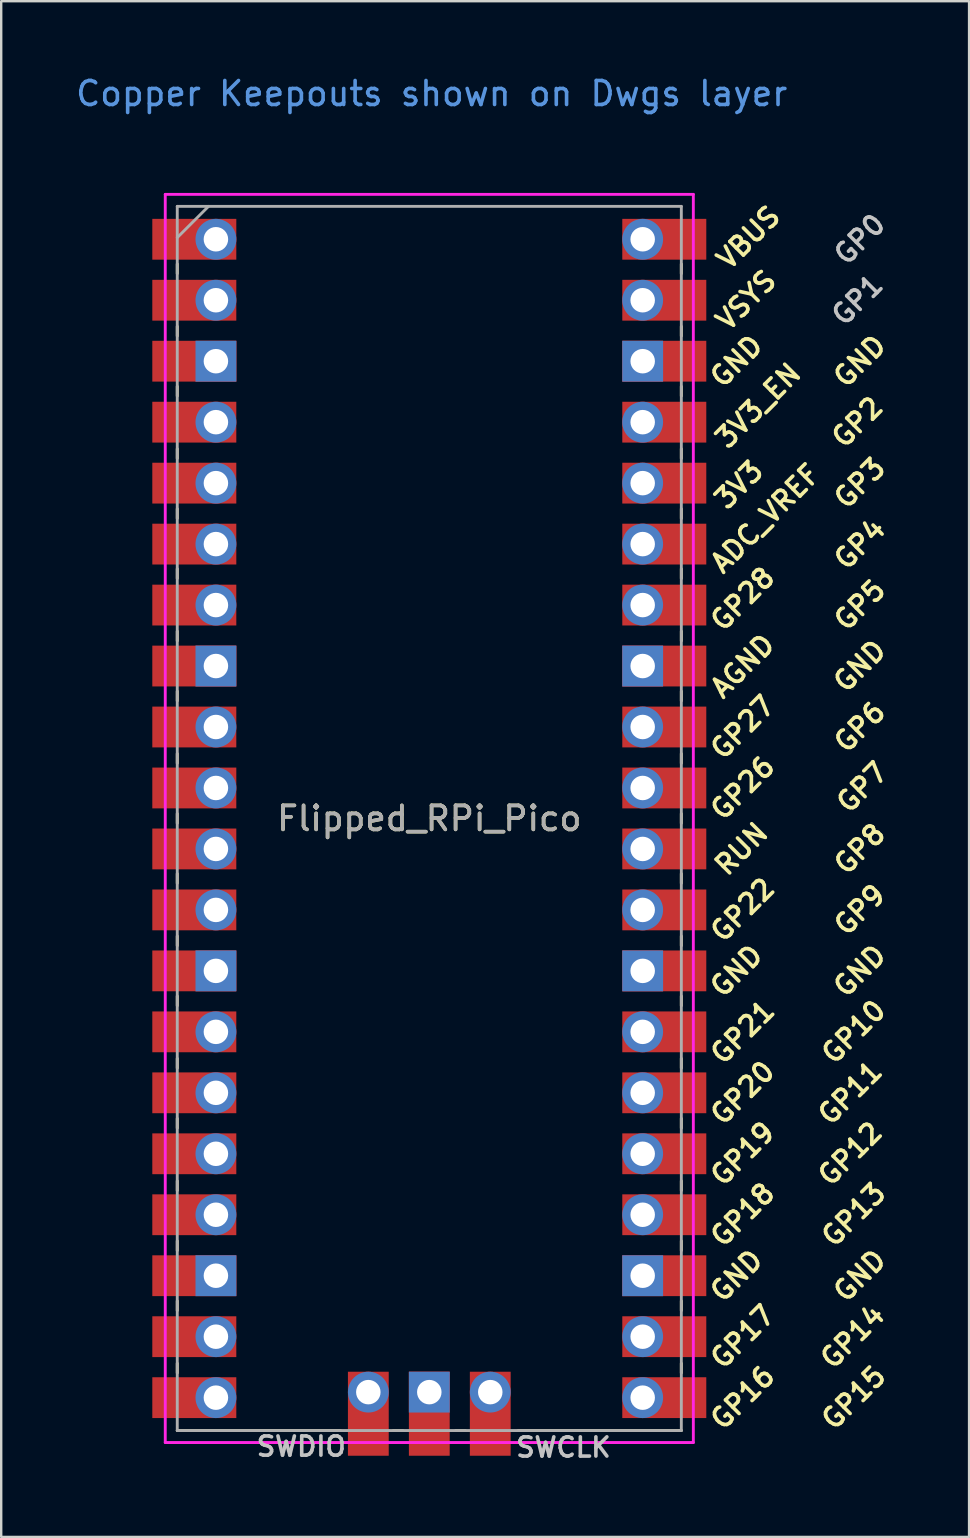
<source format=kicad_pcb>
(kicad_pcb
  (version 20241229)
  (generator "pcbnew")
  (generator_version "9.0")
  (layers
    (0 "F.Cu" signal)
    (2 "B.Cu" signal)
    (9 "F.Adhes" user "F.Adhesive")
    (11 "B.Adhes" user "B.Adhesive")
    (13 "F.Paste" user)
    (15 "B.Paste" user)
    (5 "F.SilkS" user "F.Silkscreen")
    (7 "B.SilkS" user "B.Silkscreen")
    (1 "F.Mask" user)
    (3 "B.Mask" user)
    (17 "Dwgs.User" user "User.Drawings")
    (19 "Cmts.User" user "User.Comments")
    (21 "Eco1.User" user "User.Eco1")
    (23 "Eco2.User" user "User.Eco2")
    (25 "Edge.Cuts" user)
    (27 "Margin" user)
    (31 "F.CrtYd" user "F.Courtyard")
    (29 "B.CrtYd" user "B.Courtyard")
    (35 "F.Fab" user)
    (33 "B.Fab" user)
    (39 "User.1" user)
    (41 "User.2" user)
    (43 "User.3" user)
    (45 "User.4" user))
  (footprint "Flipped_RPi_Pico"
    (layer "F.Cu")
    (at 14.835 31.048)
    (property "Reference" "Flipped_RPi_Pico" (at 0 0 0) (layer "F.SilkS") (effects (font (size 1 1) (thickness 0.15))))
    (attr through_hole)
    (fp_line (start -10.5 -23.1) (end -10.5 -22.7) (stroke (width 0.12) (type solid)) (layer "F.SilkS"))
    (fp_line (start -10.5 -20.5) (end -10.5 -20.1) (stroke (width 0.12) (type solid)) (layer "F.SilkS"))
    (fp_line (start -10.5 -18) (end -10.5 -17.6) (stroke (width 0.12) (type solid)) (layer "F.SilkS"))
    (fp_line (start -10.5 -15.4) (end -10.5 -15) (stroke (width 0.12) (type solid)) (layer "F.SilkS"))
    (fp_line (start -10.5 -12.9) (end -10.5 -12.5) (stroke (width 0.12) (type solid)) (layer "F.SilkS"))
    (fp_line (start -10.5 -10.4) (end -10.5 -10) (stroke (width 0.12) (type solid)) (layer "F.SilkS"))
    (fp_line (start -10.5 -7.8) (end -10.5 -7.4) (stroke (width 0.12) (type solid)) (layer "F.SilkS"))
    (fp_line (start -10.5 -5.3) (end -10.5 -4.9) (stroke (width 0.12) (type solid)) (layer "F.SilkS"))
    (fp_line (start -10.5 -2.7) (end -10.5 -2.3) (stroke (width 0.12) (type solid)) (layer "F.SilkS"))
    (fp_line (start -10.5 -0.2) (end -10.5 0.2) (stroke (width 0.12) (type solid)) (layer "F.SilkS"))
    (fp_line (start -10.5 2.3) (end -10.5 2.7) (stroke (width 0.12) (type solid)) (layer "F.SilkS"))
    (fp_line (start -10.5 4.9) (end -10.5 5.3) (stroke (width 0.12) (type solid)) (layer "F.SilkS"))
    (fp_line (start -10.5 7.4) (end -10.5 7.8) (stroke (width 0.12) (type solid)) (layer "F.SilkS"))
    (fp_line (start -10.5 10) (end -10.5 10.4) (stroke (width 0.12) (type solid)) (layer "F.SilkS"))
    (fp_line (start -10.5 12.5) (end -10.5 12.9) (stroke (width 0.12) (type solid)) (layer "F.SilkS"))
    (fp_line (start -10.5 15.1) (end -10.5 15.5) (stroke (width 0.12) (type solid)) (layer "F.SilkS"))
    (fp_line (start -10.5 17.6) (end -10.5 18) (stroke (width 0.12) (type solid)) (layer "F.SilkS"))
    (fp_line (start -10.5 20.1) (end -10.5 20.5) (stroke (width 0.12) (type solid)) (layer "F.SilkS"))
    (fp_line (start -10.5 22.7) (end -10.5 23.1) (stroke (width 0.12) (type solid)) (layer "F.SilkS"))
    (fp_line (start -3.7 25.5) (end -10.5 25.5) (stroke (width 0.12) (type solid)) (layer "F.SilkS"))
    (fp_line (start -1.5 25.5) (end -1.1 25.5) (stroke (width 0.12) (type solid)) (layer "F.SilkS"))
    (fp_line (start 1.1 25.5) (end 1.5 25.5) (stroke (width 0.12) (type solid)) (layer "F.SilkS"))
    (fp_line (start 10.5 -23.1) (end 10.5 -22.7) (stroke (width 0.12) (type solid)) (layer "F.SilkS"))
    (fp_line (start 10.5 -20.5) (end 10.5 -20.1) (stroke (width 0.12) (type solid)) (layer "F.SilkS"))
    (fp_line (start 10.5 -18) (end 10.5 -17.6) (stroke (width 0.12) (type solid)) (layer "F.SilkS"))
    (fp_line (start 10.5 -15.4) (end 10.5 -15) (stroke (width 0.12) (type solid)) (layer "F.SilkS"))
    (fp_line (start 10.5 -12.9) (end 10.5 -12.5) (stroke (width 0.12) (type solid)) (layer "F.SilkS"))
    (fp_line (start 10.5 -10.4) (end 10.5 -10) (stroke (width 0.12) (type solid)) (layer "F.SilkS"))
    (fp_line (start 10.5 -7.8) (end 10.5 -7.4) (stroke (width 0.12) (type solid)) (layer "F.SilkS"))
    (fp_line (start 10.5 -5.3) (end 10.5 -4.9) (stroke (width 0.12) (type solid)) (layer "F.SilkS"))
    (fp_line (start 10.5 -2.7) (end 10.5 -2.3) (stroke (width 0.12) (type solid)) (layer "F.SilkS"))
    (fp_line (start 10.5 -0.2) (end 10.5 0.2) (stroke (width 0.12) (type solid)) (layer "F.SilkS"))
    (fp_line (start 10.5 2.3) (end 10.5 2.7) (stroke (width 0.12) (type solid)) (layer "F.SilkS"))
    (fp_line (start 10.5 4.9) (end 10.5 5.3) (stroke (width 0.12) (type solid)) (layer "F.SilkS"))
    (fp_line (start 10.5 7.4) (end 10.5 7.8) (stroke (width 0.12) (type solid)) (layer "F.SilkS"))
    (fp_line (start 10.5 10) (end 10.5 10.4) (stroke (width 0.12) (type solid)) (layer "F.SilkS"))
    (fp_line (start 10.5 12.5) (end 10.5 12.9) (stroke (width 0.12) (type solid)) (layer "F.SilkS"))
    (fp_line (start 10.5 15.1) (end 10.5 15.5) (stroke (width 0.12) (type solid)) (layer "F.SilkS"))
    (fp_line (start 10.5 17.6) (end 10.5 18) (stroke (width 0.12) (type solid)) (layer "F.SilkS"))
    (fp_line (start 10.5 20.1) (end 10.5 20.5) (stroke (width 0.12) (type solid)) (layer "F.SilkS"))
    (fp_line (start 10.5 22.7) (end 10.5 23.1) (stroke (width 0.12) (type solid)) (layer "F.SilkS"))
    (fp_line (start 10.5 25.5) (end 3.7 25.5) (stroke (width 0.12) (type solid)) (layer "F.SilkS"))
    (fp_line (start -11 -26) (end 11 -26) (stroke (width 0.12) (type solid)) (layer "F.CrtYd"))
    (fp_line (start -11 26) (end -11 -26) (stroke (width 0.12) (type solid)) (layer "F.CrtYd"))
    (fp_line (start 11 -26) (end 11 26) (stroke (width 0.12) (type solid)) (layer "F.CrtYd"))
    (fp_line (start 11 26) (end -11 26) (stroke (width 0.12) (type solid)) (layer "F.CrtYd"))
    (fp_line (start -10.5 -25.5) (end 10.5 -25.5) (stroke (width 0.12) (type solid)) (layer "F.Fab"))
    (fp_line (start -10.5 -24.2) (end -9.2 -25.5) (stroke (width 0.12) (type solid)) (layer "F.Fab"))
    (fp_line (start -10.5 25.5) (end -10.5 -25.5) (stroke (width 0.12) (type solid)) (layer "F.Fab"))
    (fp_line (start 10.5 -25.5) (end 10.5 25.5) (stroke (width 0.12) (type solid)) (layer "F.Fab"))
    (fp_line (start 10.5 25.5) (end -10.5 25.5) (stroke (width 0.12) (type solid)) (layer "F.Fab"))
    (fp_text user "GP20" (at 13.054 11.43 45) (layer "F.SilkS") (effects (font (size 0.8 0.8) (thickness 0.15))))
    (fp_text user "GP21" (at 13.054 8.9 45) (layer "F.SilkS") (effects (font (size 0.8 0.8) (thickness 0.15))))
    (fp_text user "GND" (at 17.934 -19.05 45) (layer "F.SilkS") (effects (font (size 0.8 0.8) (thickness 0.15))))
    (fp_text user "RUN" (at 13 1.27 45) (layer "F.SilkS") (effects (font (size 0.8 0.8) (thickness 0.15))))
    (fp_text user "GP18" (at 13.054 16.51 45) (layer "F.SilkS") (effects (font (size 0.8 0.8) (thickness 0.15))))
    (fp_text user "GP4" (at 17.934 -11.43 45) (layer "F.SilkS") (effects (font (size 0.8 0.8) (thickness 0.15))))
    (fp_text user "GP8" (at 17.934 1.27 45) (layer "F.SilkS") (effects (font (size 0.8 0.8) (thickness 0.15))))
    (fp_text user "GP7" (at 18.034 -1.3 45) (layer "F.SilkS") (effects (font (size 0.8 0.8) (thickness 0.15))))
    (fp_text user "GND" (at 17.934 -6.35 45) (layer "F.SilkS") (effects (font (size 0.8 0.8) (thickness 0.15))))
    (fp_text user "GP12" (at 17.534 13.97 45) (layer "F.SilkS") (effects (font (size 0.8 0.8) (thickness 0.15))))
    (fp_text user "GP15" (at 17.68 24.13 45) (layer "F.SilkS") (effects (font (size 0.8 0.8) (thickness 0.15))))
    (fp_text user "GND" (at 12.8 6.35 45) (layer "F.SilkS") (effects (font (size 0.8 0.8) (thickness 0.15))))
    (fp_text user "GP13" (at 17.68 16.51 45) (layer "F.SilkS") (effects (font (size 0.8 0.8) (thickness 0.15))))
    (fp_text user "GND" (at 12.8 -19.05 45) (layer "F.SilkS") (effects (font (size 0.8 0.8) (thickness 0.15))))
    (fp_text user "GP5" (at 17.934 -8.89 45) (layer "F.SilkS") (effects (font (size 0.8 0.8) (thickness 0.15))))
    (fp_text user "GP17" (at 13.054 21.59 45) (layer "F.SilkS") (effects (font (size 0.8 0.8) (thickness 0.15))))
    (fp_text user "GP10" (at 17.68 8.89 45) (layer "F.SilkS") (effects (font (size 0.8 0.8) (thickness 0.15))))
    (fp_text user "3V3_EN" (at 13.7 -17.2 45) (layer "F.SilkS") (effects (font (size 0.8 0.8) (thickness 0.15))))
    (fp_text user "GND" (at 17.934 6.35 45) (layer "F.SilkS") (effects (font (size 0.8 0.8) (thickness 0.15))))
    (fp_text user "GP28" (at 13.054 -9.144 45) (layer "F.SilkS") (effects (font (size 0.8 0.8) (thickness 0.15))))
    (fp_text user "3V3" (at 12.9 -13.9 45) (layer "F.SilkS") (effects (font (size 0.8 0.8) (thickness 0.15))))
    (fp_text user "VBUS" (at 13.3 -24.2 45) (layer "F.SilkS") (effects (font (size 0.8 0.8) (thickness 0.15))))
    (fp_text user "GND" (at 17.934 19.05 45) (layer "F.SilkS") (effects (font (size 0.8 0.8) (thickness 0.15))))
    (fp_text user "GP2" (at 17.834 -16.51 45) (layer "F.SilkS") (effects (font (size 0.8 0.8) (thickness 0.15))))
    (fp_text user "GP14" (at 17.634 21.59 45) (layer "F.SilkS") (effects (font (size 0.8 0.8) (thickness 0.15))))
    (fp_text user "GP26" (at 13.054 -1.27 45) (layer "F.SilkS") (effects (font (size 0.8 0.8) (thickness 0.15))))
    (fp_text user "VSYS" (at 13.2 -21.59 45) (layer "F.SilkS") (effects (font (size 0.8 0.8) (thickness 0.15))))
    (fp_text user "AGND" (at 13.054 -6.35 45) (layer "F.SilkS") (effects (font (size 0.8 0.8) (thickness 0.15))))
    (fp_text user "ADC_VREF" (at 14 -12.5 45) (layer "F.SilkS") (effects (font (size 0.8 0.8) (thickness 0.15))))
    (fp_text user "GP27" (at 13.054 -3.8 45) (layer "F.SilkS") (effects (font (size 0.8 0.8) (thickness 0.15))))
    (fp_text user "GP16" (at 13.054 24.13 45) (layer "F.SilkS") (effects (font (size 0.8 0.8) (thickness 0.15))))
    (fp_text user "GP22" (at 13.054 3.81 45) (layer "F.SilkS") (effects (font (size 0.8 0.8) (thickness 0.15))))
    (fp_text user "GP3" (at 17.934 -13.97 45) (layer "F.SilkS") (effects (font (size 0.8 0.8) (thickness 0.15))))
    (fp_text user "GND" (at 12.8 19.05 45) (layer "F.SilkS") (effects (font (size 0.8 0.8) (thickness 0.15))))
    (fp_text user "GP19" (at 13.054 13.97 45) (layer "F.SilkS") (effects (font (size 0.8 0.8) (thickness 0.15))))
    (fp_text user "GP9" (at 17.934 3.81 45) (layer "F.SilkS") (effects (font (size 0.8 0.8) (thickness 0.15))))
    (fp_text user "GP6" (at 17.934 -3.81 45) (layer "F.SilkS") (effects (font (size 0.8 0.8) (thickness 0.15))))
    (fp_text user "GP11" (at 17.534 11.43 45) (layer "F.SilkS") (effects (font (size 0.8 0.8) (thickness 0.15))))
    (fp_text user "GP1" (at 17.834 -21.6 45) (layer "Dwgs.User") (effects (font (size 0.8 0.8) (thickness 0.15))))
    (fp_text user "GP0" (at 17.934 -24.13 45) (layer "Dwgs.User") (effects (font (size 0.8 0.8) (thickness 0.15))))
    (fp_text user "SWCLK" (at 5.588 26.2 0) (layer "Dwgs.User") (effects (font (size 0.8 0.8) (thickness 0.15))))
    (fp_text user "SWDIO" (at -5.334 26.162 0) (layer "Dwgs.User") (effects (font (size 0.8 0.8) (thickness 0.15))))
    (fp_text user "Copper Keepouts shown on Dwgs layer" (at 0.1 -30.2 0) (layer "Cmts.User") (effects (font (size 1 1) (thickness 0.15))))
    (fp_text user "${REFERENCE}" (at 0 0 180) (layer "F.Fab") (effects (font (size 1 1) (thickness 0.15))))
    (pad "21" thru_hole oval (at -8.89 24.13) (size 1.7 1.7) (drill 1.02) (layers "*.Cu" "*.Mask"))
    (pad "21" smd rect (at -8.89 24.13) (size 3.5 1.7) (drill (offset -0.9 0)) (layers "F.Cu" "F.Mask"))
    (pad "21" thru_hole oval (at 8.89 24.13) (size 1.7 1.7) (drill 1.02) (layers "*.Cu" "*.Mask"))
    (pad "21" smd rect (at 8.89 24.13) (size 3.5 1.7) (drill (offset 0.9 0)) (layers "F.Cu" "F.Mask"))
    (pad "22" thru_hole oval (at -8.89 21.59) (size 1.7 1.7) (drill 1.02) (layers "*.Cu" "*.Mask"))
    (pad "22" smd rect (at -8.89 21.59) (size 3.5 1.7) (drill (offset -0.9 0)) (layers "F.Cu" "F.Mask"))
    (pad "22" thru_hole oval (at 8.89 21.59) (size 1.7 1.7) (drill 1.02) (layers "*.Cu" "*.Mask"))
    (pad "22" smd rect (at 8.89 21.59) (size 3.5 1.7) (drill (offset 0.9 0)) (layers "F.Cu" "F.Mask"))
    (pad "23" thru_hole rect (at -8.89 19.05) (size 1.7 1.7) (drill 1.02) (layers "*.Cu" "*.Mask"))
    (pad "23" smd rect (at -8.89 19.05) (size 3.5 1.7) (drill (offset -0.9 0)) (layers "F.Cu" "F.Mask"))
    (pad "23" thru_hole rect (at 8.89 19.05) (size 1.7 1.7) (drill 1.02) (layers "*.Cu" "*.Mask"))
    (pad "23" smd rect (at 8.89 19.05) (size 3.5 1.7) (drill (offset 0.9 0)) (layers "F.Cu" "F.Mask"))
    (pad "24" thru_hole oval (at -8.89 16.51) (size 1.7 1.7) (drill 1.02) (layers "*.Cu" "*.Mask"))
    (pad "24" smd rect (at -8.89 16.51) (size 3.5 1.7) (drill (offset -0.9 0)) (layers "F.Cu" "F.Mask"))
    (pad "24" thru_hole oval (at 8.89 16.51) (size 1.7 1.7) (drill 1.02) (layers "*.Cu" "*.Mask"))
    (pad "24" smd rect (at 8.89 16.51) (size 3.5 1.7) (drill (offset 0.9 0)) (layers "F.Cu" "F.Mask"))
    (pad "25" thru_hole oval (at -8.89 13.97) (size 1.7 1.7) (drill 1.02) (layers "*.Cu" "*.Mask"))
    (pad "25" smd rect (at -8.89 13.97) (size 3.5 1.7) (drill (offset -0.9 0)) (layers "F.Cu" "F.Mask"))
    (pad "25" thru_hole oval (at 8.89 13.97) (size 1.7 1.7) (drill 1.02) (layers "*.Cu" "*.Mask"))
    (pad "25" smd rect (at 8.89 13.97) (size 3.5 1.7) (drill (offset 0.9 0)) (layers "F.Cu" "F.Mask"))
    (pad "26" thru_hole oval (at -8.89 11.43) (size 1.7 1.7) (drill 1.02) (layers "*.Cu" "*.Mask"))
    (pad "26" smd rect (at -8.89 11.43) (size 3.5 1.7) (drill (offset -0.9 0)) (layers "F.Cu" "F.Mask"))
    (pad "26" thru_hole oval (at 8.89 11.43) (size 1.7 1.7) (drill 1.02) (layers "*.Cu" "*.Mask"))
    (pad "26" smd rect (at 8.89 11.43) (size 3.5 1.7) (drill (offset 0.9 0)) (layers "F.Cu" "F.Mask"))
    (pad "27" thru_hole oval (at -8.89 8.89) (size 1.7 1.7) (drill 1.02) (layers "*.Cu" "*.Mask"))
    (pad "27" smd rect (at -8.89 8.89) (size 3.5 1.7) (drill (offset -0.9 0)) (layers "F.Cu" "F.Mask"))
    (pad "27" thru_hole oval (at 8.89 8.89) (size 1.7 1.7) (drill 1.02) (layers "*.Cu" "*.Mask"))
    (pad "27" smd rect (at 8.89 8.89) (size 3.5 1.7) (drill (offset 0.9 0)) (layers "F.Cu" "F.Mask"))
    (pad "28" thru_hole rect (at -8.89 6.35) (size 1.7 1.7) (drill 1.02) (layers "*.Cu" "*.Mask"))
    (pad "28" smd rect (at -8.89 6.35) (size 3.5 1.7) (drill (offset -0.9 0)) (layers "F.Cu" "F.Mask"))
    (pad "28" thru_hole rect (at 8.89 6.35) (size 1.7 1.7) (drill 1.02) (layers "*.Cu" "*.Mask"))
    (pad "28" smd rect (at 8.89 6.35) (size 3.5 1.7) (drill (offset 0.9 0)) (layers "F.Cu" "F.Mask"))
    (pad "29" thru_hole oval (at -8.89 3.81) (size 1.7 1.7) (drill 1.02) (layers "*.Cu" "*.Mask"))
    (pad "29" smd rect (at -8.89 3.81) (size 3.5 1.7) (drill (offset -0.9 0)) (layers "F.Cu" "F.Mask"))
    (pad "29" thru_hole oval (at 8.89 3.81) (size 1.7 1.7) (drill 1.02) (layers "*.Cu" "*.Mask"))
    (pad "29" smd rect (at 8.89 3.81) (size 3.5 1.7) (drill (offset 0.9 0)) (layers "F.Cu" "F.Mask"))
    (pad "30" thru_hole oval (at -8.89 1.27) (size 1.7 1.7) (drill 1.02) (layers "*.Cu" "*.Mask"))
    (pad "30" smd rect (at -8.89 1.27) (size 3.5 1.7) (drill (offset -0.9 0)) (layers "F.Cu" "F.Mask"))
    (pad "30" thru_hole oval (at 8.89 1.27) (size 1.7 1.7) (drill 1.02) (layers "*.Cu" "*.Mask"))
    (pad "30" smd rect (at 8.89 1.27) (size 3.5 1.7) (drill (offset 0.9 0)) (layers "F.Cu" "F.Mask"))
    (pad "31" thru_hole oval (at -8.89 -1.27) (size 1.7 1.7) (drill 1.02) (layers "*.Cu" "*.Mask"))
    (pad "31" smd rect (at -8.89 -1.27) (size 3.5 1.7) (drill (offset -0.9 0)) (layers "F.Cu" "F.Mask"))
    (pad "31" thru_hole oval (at 8.89 -1.27) (size 1.7 1.7) (drill 1.02) (layers "*.Cu" "*.Mask"))
    (pad "31" smd rect (at 8.89 -1.27) (size 3.5 1.7) (drill (offset 0.9 0)) (layers "F.Cu" "F.Mask"))
    (pad "32" thru_hole oval (at -8.89 -3.81) (size 1.7 1.7) (drill 1.02) (layers "*.Cu" "*.Mask"))
    (pad "32" smd rect (at -8.89 -3.81) (size 3.5 1.7) (drill (offset -0.9 0)) (layers "F.Cu" "F.Mask"))
    (pad "32" thru_hole oval (at 8.89 -3.81) (size 1.7 1.7) (drill 1.02) (layers "*.Cu" "*.Mask"))
    (pad "32" smd rect (at 8.89 -3.81) (size 3.5 1.7) (drill (offset 0.9 0)) (layers "F.Cu" "F.Mask"))
    (pad "33" thru_hole rect (at -8.89 -6.35) (size 1.7 1.7) (drill 1.02) (layers "*.Cu" "*.Mask"))
    (pad "33" smd rect (at -8.89 -6.35) (size 3.5 1.7) (drill (offset -0.9 0)) (layers "F.Cu" "F.Mask"))
    (pad "33" thru_hole rect (at 8.89 -6.35) (size 1.7 1.7) (drill 1.02) (layers "*.Cu" "*.Mask"))
    (pad "33" smd rect (at 8.89 -6.35) (size 3.5 1.7) (drill (offset 0.9 0)) (layers "F.Cu" "F.Mask"))
    (pad "34" thru_hole oval (at -8.89 -8.89) (size 1.7 1.7) (drill 1.02) (layers "*.Cu" "*.Mask"))
    (pad "34" smd rect (at -8.89 -8.89) (size 3.5 1.7) (drill (offset -0.9 0)) (layers "F.Cu" "F.Mask"))
    (pad "34" thru_hole oval (at 8.89 -8.89) (size 1.7 1.7) (drill 1.02) (layers "*.Cu" "*.Mask"))
    (pad "34" smd rect (at 8.89 -8.89) (size 3.5 1.7) (drill (offset 0.9 0)) (layers "F.Cu" "F.Mask"))
    (pad "35" thru_hole oval (at -8.89 -11.43) (size 1.7 1.7) (drill 1.02) (layers "*.Cu" "*.Mask"))
    (pad "35" smd rect (at -8.89 -11.43) (size 3.5 1.7) (drill (offset -0.9 0)) (layers "F.Cu" "F.Mask"))
    (pad "35" thru_hole oval (at 8.89 -11.43) (size 1.7 1.7) (drill 1.02) (layers "*.Cu" "*.Mask"))
    (pad "35" smd rect (at 8.89 -11.43) (size 3.5 1.7) (drill (offset 0.9 0)) (layers "F.Cu" "F.Mask"))
    (pad "36" thru_hole oval (at -8.89 -13.97) (size 1.7 1.7) (drill 1.02) (layers "*.Cu" "*.Mask"))
    (pad "36" smd rect (at -8.89 -13.97) (size 3.5 1.7) (drill (offset -0.9 0)) (layers "F.Cu" "F.Mask"))
    (pad "36" thru_hole oval (at 8.89 -13.97) (size 1.7 1.7) (drill 1.02) (layers "*.Cu" "*.Mask"))
    (pad "36" smd rect (at 8.89 -13.97) (size 3.5 1.7) (drill (offset 0.9 0)) (layers "F.Cu" "F.Mask"))
    (pad "37" thru_hole oval (at -8.89 -16.51) (size 1.7 1.7) (drill 1.02) (layers "*.Cu" "*.Mask"))
    (pad "37" smd rect (at -8.89 -16.51) (size 3.5 1.7) (drill (offset -0.9 0)) (layers "F.Cu" "F.Mask"))
    (pad "37" thru_hole oval (at 8.89 -16.51) (size 1.7 1.7) (drill 1.02) (layers "*.Cu" "*.Mask"))
    (pad "37" smd rect (at 8.89 -16.51) (size 3.5 1.7) (drill (offset 0.9 0)) (layers "F.Cu" "F.Mask"))
    (pad "38" thru_hole rect (at -8.89 -19.05) (size 1.7 1.7) (drill 1.02) (layers "*.Cu" "*.Mask"))
    (pad "38" smd rect (at -8.89 -19.05) (size 3.5 1.7) (drill (offset -0.9 0)) (layers "F.Cu" "F.Mask"))
    (pad "38" thru_hole rect (at 8.89 -19.05) (size 1.7 1.7) (drill 1.02) (layers "*.Cu" "*.Mask"))
    (pad "38" smd rect (at 8.89 -19.05) (size 3.5 1.7) (drill (offset 0.9 0)) (layers "F.Cu" "F.Mask"))
    (pad "39" thru_hole oval (at -8.89 -21.59) (size 1.7 1.7) (drill 1.02) (layers "*.Cu" "*.Mask"))
    (pad "39" smd rect (at -8.89 -21.59) (size 3.5 1.7) (drill (offset -0.9 0)) (layers "F.Cu" "F.Mask"))
    (pad "39" thru_hole oval (at 8.89 -21.59) (size 1.7 1.7) (drill 1.02) (layers "*.Cu" "*.Mask"))
    (pad "39" smd rect (at 8.89 -21.59) (size 3.5 1.7) (drill (offset 0.9 0)) (layers "F.Cu" "F.Mask"))
    (pad "40" thru_hole oval (at -8.89 -24.13) (size 1.7 1.7) (drill 1.02) (layers "*.Cu" "*.Mask"))
    (pad "40" smd rect (at -8.89 -24.13) (size 3.5 1.7) (drill (offset -0.9 0)) (layers "F.Cu" "F.Mask"))
    (pad "40" thru_hole oval (at 8.89 -24.13) (size 1.7 1.7) (drill 1.02) (layers "*.Cu" "*.Mask"))
    (pad "40" smd rect (at 8.89 -24.13) (size 3.5 1.7) (drill (offset 0.9 0)) (layers "F.Cu" "F.Mask"))
    (pad "41" thru_hole oval (at 2.54 23.9) (size 1.7 1.7) (drill 1.02) (layers "*.Cu" "*.Mask"))
    (pad "41" smd rect (at 2.54 23.9 90) (size 3.5 1.7) (drill (offset -0.9 0)) (layers "F.Cu" "F.Mask"))
    (pad "42" thru_hole rect (at 0 23.9) (size 1.7 1.7) (drill 1.02) (layers "*.Cu" "*.Mask"))
    (pad "42" smd rect (at 0 23.9 90) (size 3.5 1.7) (drill (offset -0.9 0)) (layers "F.Cu" "F.Mask"))
    (pad "43" thru_hole oval (at -2.54 23.9) (size 1.7 1.7) (drill 1.02) (layers "*.Cu" "*.Mask"))
    (pad "43" smd rect (at -2.54 23.9 90) (size 3.5 1.7) (drill (offset -0.9 0)) (layers "F.Cu" "F.Mask")))
  (gr_rect
    (start -3 -3)
    (end 37.323 60.98)
    (stroke (width 0.1) (type default))
    (fill no)
    (layer "Edge.Cuts")))
</source>
